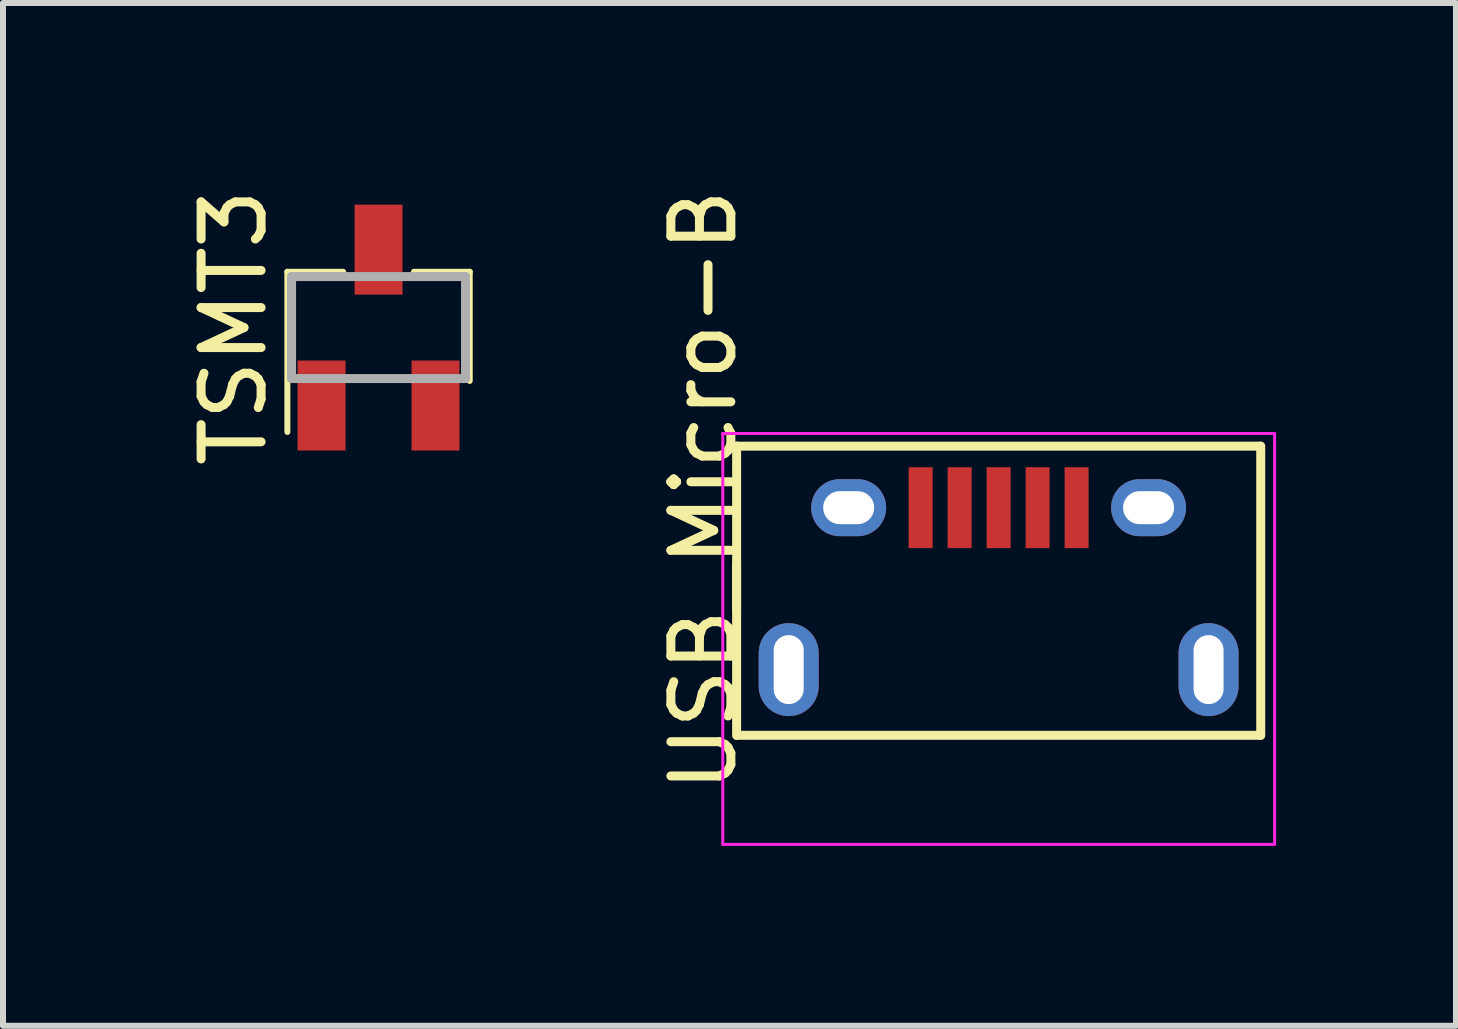
<source format=kicad_pcb>
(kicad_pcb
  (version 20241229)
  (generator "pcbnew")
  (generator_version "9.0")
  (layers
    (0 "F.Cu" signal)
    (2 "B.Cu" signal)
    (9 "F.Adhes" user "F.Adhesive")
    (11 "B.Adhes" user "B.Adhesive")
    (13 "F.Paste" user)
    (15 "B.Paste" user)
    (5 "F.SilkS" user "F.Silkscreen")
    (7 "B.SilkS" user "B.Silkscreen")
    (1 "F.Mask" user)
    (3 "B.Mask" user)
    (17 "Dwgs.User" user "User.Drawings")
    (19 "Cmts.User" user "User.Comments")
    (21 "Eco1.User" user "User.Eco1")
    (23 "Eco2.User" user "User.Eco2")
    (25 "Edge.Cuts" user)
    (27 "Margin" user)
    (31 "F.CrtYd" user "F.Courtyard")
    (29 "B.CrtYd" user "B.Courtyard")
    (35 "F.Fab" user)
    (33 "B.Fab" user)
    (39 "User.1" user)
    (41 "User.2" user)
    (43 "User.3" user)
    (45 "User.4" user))
  (footprint "USB_Micro-B"
    (layer "F.Cu")
    (at 13.6 6.977)
    (property "Reference" "USB_Micro-B" (at -4.92 -1.852 90) (layer "F.SilkS") (effects (font (size 1 1) (thickness 0.15))))
    (attr smd)
    (fp_line (start -4.369 -2.591) (end -4.369 2.235) (stroke (width 0.15) (type solid)) (layer "F.SilkS"))
    (fp_line (start -4.351 -2.588) (end 4.349 -2.588) (stroke (width 0.15) (type solid)) (layer "F.SilkS"))
    (fp_line (start 4.349 2.232) (end -4.351 2.232) (stroke (width 0.15) (type solid)) (layer "F.SilkS"))
    (fp_line (start 4.369 2.235) (end 4.369 -2.591) (stroke (width 0.15) (type solid)) (layer "F.SilkS"))
    (fp_line (start -4.6 -2.8) (end 4.6 -2.8) (stroke (width 0.05) (type solid)) (layer "F.CrtYd"))
    (fp_line (start -4.6 4.05) (end -4.6 -2.8) (stroke (width 0.05) (type solid)) (layer "F.CrtYd"))
    (fp_line (start 4.6 -2.8) (end 4.6 4.05) (stroke (width 0.05) (type solid)) (layer "F.CrtYd"))
    (fp_line (start 4.6 4.05) (end -4.6 4.05) (stroke (width 0.05) (type solid)) (layer "F.CrtYd"))
    (pad "1" smd rect (at -1.301 -1.563 90) (size 1.35 0.4) (layers "F.Cu" "F.Mask" "F.Paste"))
    (pad "2" smd rect (at -0.651 -1.563 90) (size 1.35 0.4) (layers "F.Cu" "F.Mask" "F.Paste"))
    (pad "3" smd rect (at -0.001 -1.563 90) (size 1.35 0.4) (layers "F.Cu" "F.Mask" "F.Paste"))
    (pad "4" smd rect (at 0.649 -1.563 90) (size 1.35 0.4) (layers "F.Cu" "F.Mask" "F.Paste"))
    (pad "5" smd rect (at 1.299 -1.563 90) (size 1.35 0.4) (layers "F.Cu" "F.Mask" "F.Paste"))
    (pad "6" thru_hole oval (at -3.501 1.137 90) (size 1.55 1) (drill oval 1.15 0.5) (layers "*.Cu" "*.Mask"))
    (pad "6" thru_hole oval (at -2.501 -1.563 90) (size 0.95 1.25) (drill oval 0.55 0.85) (layers "*.Cu" "*.Mask"))
    (pad "6" thru_hole oval (at 2.499 -1.563 90) (size 0.95 1.25) (drill oval 0.55 0.85) (layers "*.Cu" "*.Mask"))
    (pad "6" thru_hole oval (at 3.499 1.137 90) (size 1.55 1) (drill oval 1.15 0.5) (layers "*.Cu" "*.Mask")))
  (footprint "TSMT3"
    (layer "F.Cu")
    (at 3.261 2.411)
    (property "Reference" "TSMT3" (at -2.413 0 90) (layer "F.SilkS") (effects (font (size 1 1) (thickness 0.15))))
    (attr through_hole)
    (fp_line (start -1.52 -0.93) (end -1.52 1.74) (stroke (width 0.1) (type solid)) (layer "F.SilkS"))
    (fp_line (start -0.59 -0.93) (end -1.52 -0.93) (stroke (width 0.1) (type solid)) (layer "F.SilkS"))
    (fp_line (start 0.59 -0.93) (end 1.52 -0.93) (stroke (width 0.1) (type solid)) (layer "F.SilkS"))
    (fp_line (start 1.52 -0.93) (end 1.52 0.89) (stroke (width 0.1) (type solid)) (layer "F.SilkS"))
    (fp_line (start -1.45 -0.85) (end -1.45 0.85) (stroke (width 0.15) (type solid)) (layer "F.Fab"))
    (fp_line (start -1.45 0.85) (end 1.45 0.85) (stroke (width 0.15) (type solid)) (layer "F.Fab"))
    (fp_line (start 1.45 -0.85) (end -1.45 -0.85) (stroke (width 0.15) (type solid)) (layer "F.Fab"))
    (fp_line (start 1.45 0.85) (end 1.45 -0.85) (stroke (width 0.15) (type solid)) (layer "F.Fab"))
    (pad "1" smd rect (at -0.95 1.3) (size 0.8 1.5) (layers "F.Cu" "F.Mask" "F.Paste"))
    (pad "2" smd rect (at 0.95 1.3) (size 0.8 1.5) (layers "F.Cu" "F.Mask" "F.Paste"))
    (pad "3" smd rect (at 0 -1.3) (size 0.8 1.5) (layers "F.Cu" "F.Mask" "F.Paste")))
  (gr_rect
    (start -3 -3)
    (end 21.224 14.052)
    (stroke (width 0.1) (type default))
    (fill no)
    (layer "Edge.Cuts")))
</source>
